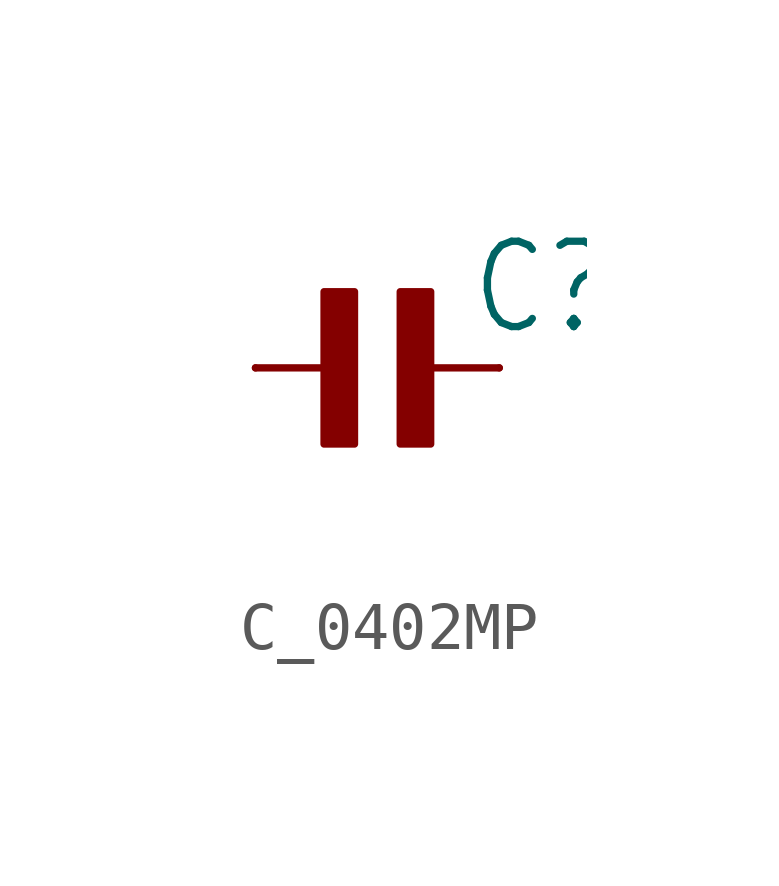
<source format=kicad_sym>
(kicad_symbol_lib
  (version 20231120)
  (generator "kicad_symbol_editor")
  (generator_version "8.0")
  (symbol "C_0402MP"
    (property "Reference" "C"
      (at 1.905 0.635 0)
      (effects (font (size 1.778 1.511)) (justify left bottom)))
    (property "Value" ""
      (at -3.175 -3.81 0)
      (effects (font (size 1.778 1.511)) (justify left bottom)))
    (property "ki_locked" ""
      (at 0 0 0)
      (effects (font (size 1.27 1.27))))
    (symbol "C_0402MP_1_0"
      (rectangle (start -1.111 -1.587) (end -0.476 1.587) (stroke (width 0) (type default)) (fill (type outline)))
      (polyline (pts (xy -2.54 0) (xy -0.635 0)) (stroke (width 0.152) (type solid)) (fill (type none)))
      (polyline (pts (xy 2.54 0) (xy 0.635 0)) (stroke (width 0.152) (type solid)) (fill (type none)))
      (rectangle (start 0.476 -1.587) (end 1.111 1.587) (stroke (width 0) (type default)) (fill (type outline)))
      (pin passive line (at -2.54 0 0) (length 0) (name "1" (effects (font (size 0 0)))) (number "1" (effects (font (size 0 0)))))
      (pin passive line (at 2.54 0 180) (length 0) (name "2" (effects (font (size 0 0)))) (number "2" (effects (font (size 0 0))))))))
</source>
